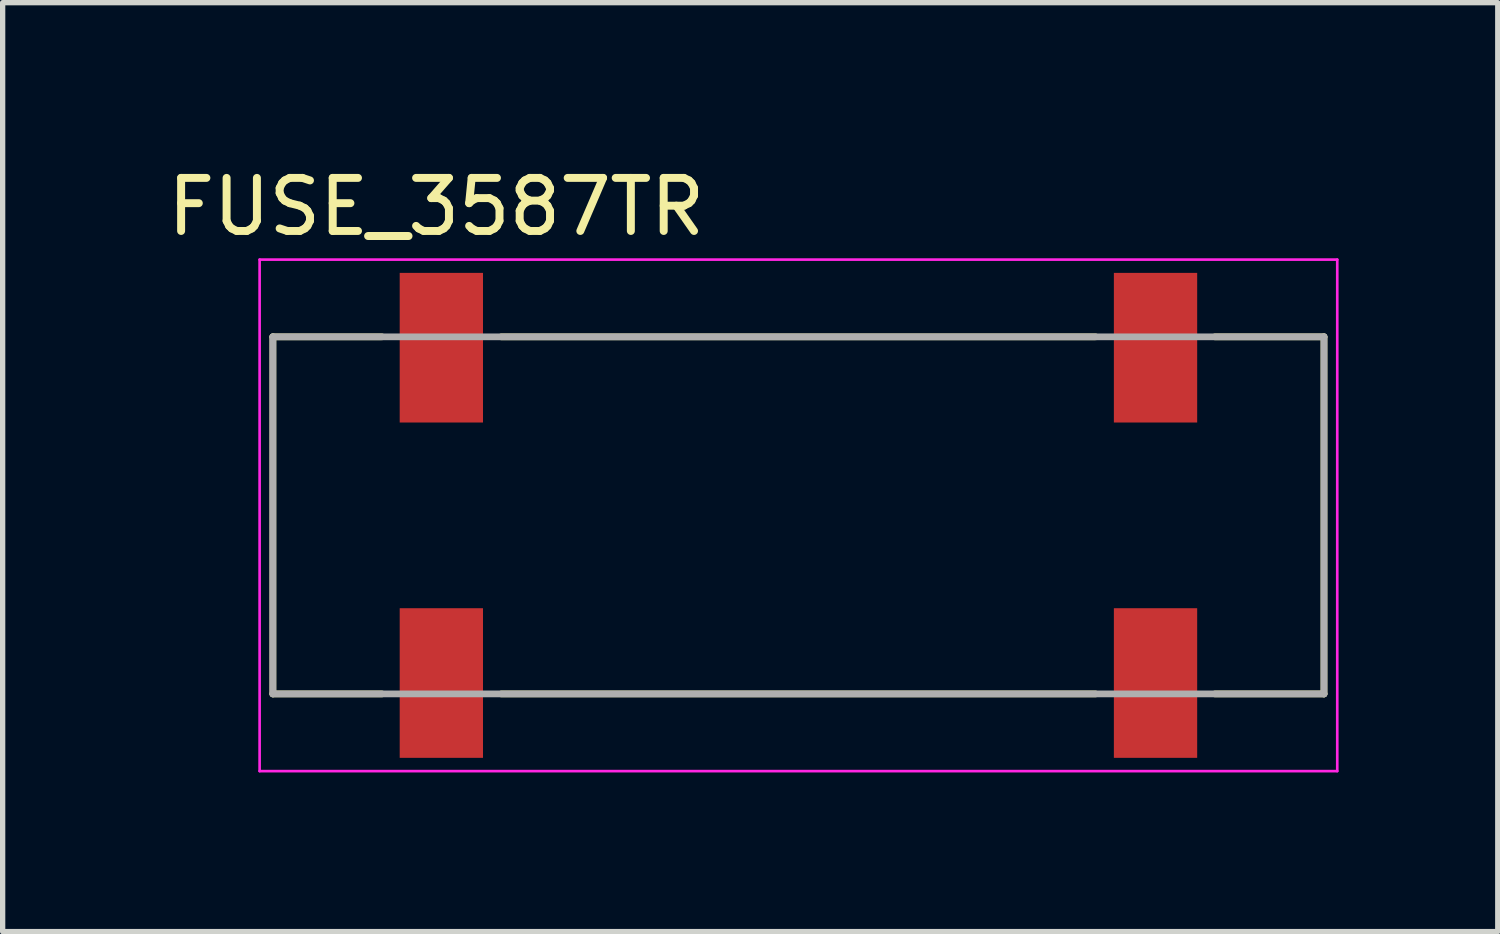
<source format=kicad_pcb>
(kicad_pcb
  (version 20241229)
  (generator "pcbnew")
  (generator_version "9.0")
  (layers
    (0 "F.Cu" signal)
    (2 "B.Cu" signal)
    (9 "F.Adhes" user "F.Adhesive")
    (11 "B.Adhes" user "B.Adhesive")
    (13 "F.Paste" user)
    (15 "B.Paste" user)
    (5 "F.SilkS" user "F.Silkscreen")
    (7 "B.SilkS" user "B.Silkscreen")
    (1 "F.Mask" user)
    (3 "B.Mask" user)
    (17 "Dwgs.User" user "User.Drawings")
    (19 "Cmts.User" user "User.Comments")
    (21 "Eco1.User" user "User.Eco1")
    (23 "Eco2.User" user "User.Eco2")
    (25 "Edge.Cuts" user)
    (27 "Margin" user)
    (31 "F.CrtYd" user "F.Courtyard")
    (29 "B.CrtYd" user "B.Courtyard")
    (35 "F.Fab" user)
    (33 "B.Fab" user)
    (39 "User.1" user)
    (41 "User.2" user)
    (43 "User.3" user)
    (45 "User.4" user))
  (footprint "FUSE_3587TR"
    (layer "F.Cu")
    (at 11.998 6.663)
    (property "Reference" "FUSE_3587TR" (at -6.825 -5.815 0) (layer "F.SilkS") (effects (font (size 1 1) (thickness 0.15))))
    (attr smd)
    (fp_line (start -9.905 -3.365) (end -9.905 3.365) (stroke (width 0.127) (type solid)) (layer "F.SilkS"))
    (fp_line (start -7.85 -3.365) (end -9.905 -3.365) (stroke (width 0.127) (type solid)) (layer "F.SilkS"))
    (fp_line (start -7.85 3.365) (end -9.905 3.365) (stroke (width 0.127) (type solid)) (layer "F.SilkS"))
    (fp_line (start -5.6 -3.365) (end 5.6 -3.365) (stroke (width 0.127) (type solid)) (layer "F.SilkS"))
    (fp_line (start 5.6 3.365) (end -5.6 3.365) (stroke (width 0.127) (type solid)) (layer "F.SilkS"))
    (fp_line (start 7.85 -3.365) (end 9.905 -3.365) (stroke (width 0.127) (type solid)) (layer "F.SilkS"))
    (fp_line (start 7.85 3.365) (end 9.905 3.365) (stroke (width 0.127) (type solid)) (layer "F.SilkS"))
    (fp_line (start 9.905 -3.365) (end 9.905 3.365) (stroke (width 0.127) (type solid)) (layer "F.SilkS"))
    (fp_line (start -10.155 -4.82) (end 10.155 -4.82) (stroke (width 0.05) (type solid)) (layer "F.CrtYd"))
    (fp_line (start -10.155 4.82) (end -10.155 -4.82) (stroke (width 0.05) (type solid)) (layer "F.CrtYd"))
    (fp_line (start 10.155 -4.82) (end 10.155 4.82) (stroke (width 0.05) (type solid)) (layer "F.CrtYd"))
    (fp_line (start 10.155 4.82) (end -10.155 4.82) (stroke (width 0.05) (type solid)) (layer "F.CrtYd"))
    (fp_line (start -9.905 -3.365) (end 9.905 -3.365) (stroke (width 0.127) (type solid)) (layer "F.Fab"))
    (fp_line (start -9.905 3.365) (end -9.905 -3.365) (stroke (width 0.127) (type solid)) (layer "F.Fab"))
    (fp_line (start 9.905 -3.365) (end 9.905 3.365) (stroke (width 0.127) (type solid)) (layer "F.Fab"))
    (fp_line (start 9.905 3.365) (end -9.905 3.365) (stroke (width 0.127) (type solid)) (layer "F.Fab"))
    (pad "1_1" smd rect (at -6.73 -3.16) (size 1.57 2.82) (layers "F.Cu" "F.Mask" "F.Paste"))
    (pad "1_2" smd rect (at -6.73 3.16) (size 1.57 2.82) (layers "F.Cu" "F.Mask" "F.Paste"))
    (pad "2_1" smd rect (at 6.73 -3.16) (size 1.57 2.82) (layers "F.Cu" "F.Mask" "F.Paste"))
    (pad "2_2" smd rect (at 6.73 3.16) (size 1.57 2.82) (layers "F.Cu" "F.Mask" "F.Paste")))
  (gr_rect
    (start -3 -3)
    (end 25.178 14.508)
    (stroke (width 0.1) (type default))
    (fill no)
    (layer "Edge.Cuts")))
</source>
